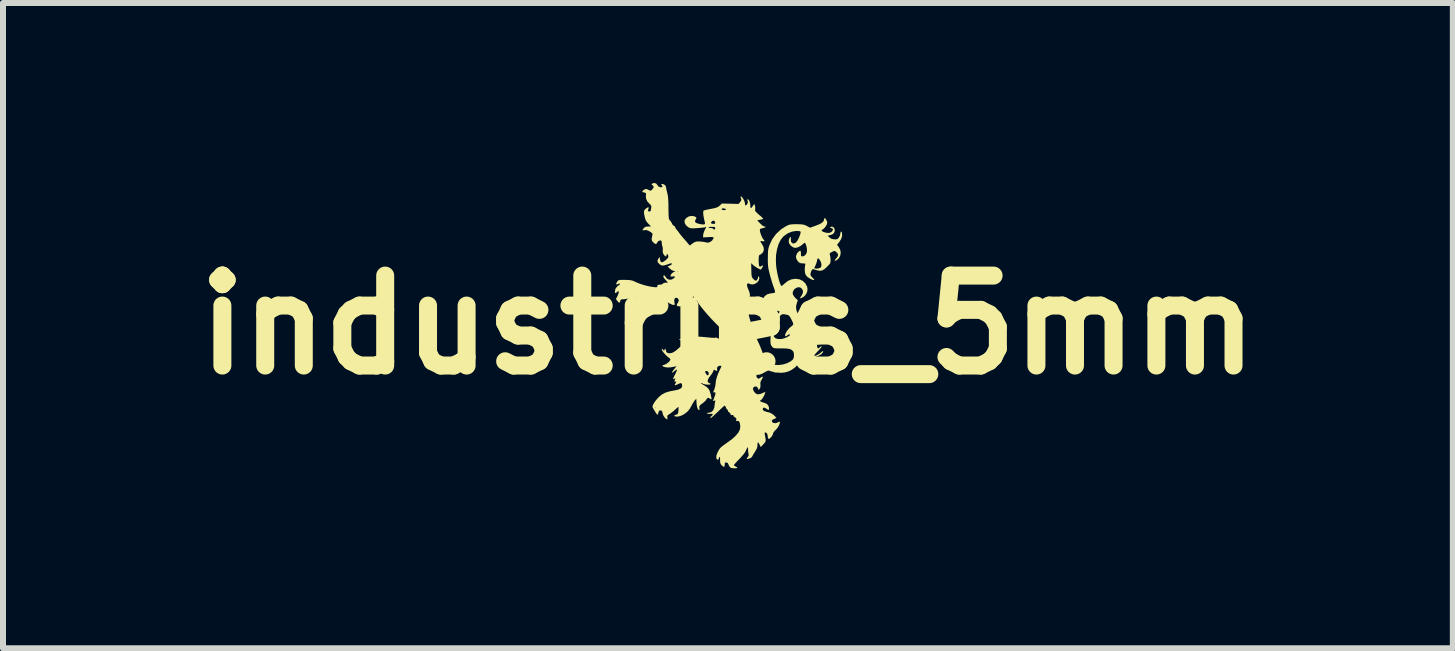
<source format=kicad_pcb>
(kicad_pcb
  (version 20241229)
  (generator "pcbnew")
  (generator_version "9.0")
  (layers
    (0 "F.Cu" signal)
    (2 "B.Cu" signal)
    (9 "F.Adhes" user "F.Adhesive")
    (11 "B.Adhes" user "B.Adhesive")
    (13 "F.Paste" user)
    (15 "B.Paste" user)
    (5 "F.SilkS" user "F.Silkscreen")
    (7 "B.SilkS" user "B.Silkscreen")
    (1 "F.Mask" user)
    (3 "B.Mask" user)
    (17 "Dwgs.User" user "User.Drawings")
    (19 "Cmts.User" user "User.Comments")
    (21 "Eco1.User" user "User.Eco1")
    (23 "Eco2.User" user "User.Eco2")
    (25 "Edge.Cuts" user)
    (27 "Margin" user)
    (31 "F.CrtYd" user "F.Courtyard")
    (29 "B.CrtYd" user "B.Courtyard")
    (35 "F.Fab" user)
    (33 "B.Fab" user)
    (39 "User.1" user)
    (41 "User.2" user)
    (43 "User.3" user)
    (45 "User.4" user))
  (footprint "industries_5mm"
    (layer "F.Cu")
    (at 9.086 2.366)
    (property "Reference" "industries_5mm" (at 0 0 0) (layer "F.SilkS") (effects (font (size 1.5 1.5) (thickness 0.3))))
    (attr board_only exclude_from_pos_files exclude_from_bom)
    (fp_poly (pts (xy -1.194 -2.353) (xy -1.173 -2.326) (xy -1.152 -2.302) (xy -1.126 -2.294) (xy -1.122 -2.294) (xy -1.096 -2.297) (xy -1.091 -2.308) (xy -1.102 -2.323) (xy -1.112 -2.34) (xy -1.105 -2.349) (xy -1.084 -2.347) (xy -1.072 -2.343) (xy -1.049 -2.33) (xy -1.036 -2.309) (xy -1.03 -2.281) (xy -1.022 -2.24) (xy -1.011 -2.195) (xy -1.007 -2.18) (xy -1 -2.141) (xy -0.995 -2.083) (xy -0.992 -2.006) (xy -0.992 -1.948) (xy -0.991 -1.873) (xy -0.989 -1.817) (xy -0.986 -1.78) (xy -0.981 -1.759) (xy -0.978 -1.754) (xy -0.953 -1.724) (xy -0.936 -1.697) (xy -0.929 -1.681) (xy -0.915 -1.659) (xy -0.899 -1.651) (xy -0.885 -1.642) (xy -0.883 -1.635) (xy -0.876 -1.617) (xy -0.859 -1.592) (xy -0.852 -1.583) (xy -0.83 -1.557) (xy -0.814 -1.534) (xy -0.811 -1.53) (xy -0.799 -1.513) (xy -0.777 -1.486) (xy -0.75 -1.454) (xy -0.75 -1.453) (xy -0.718 -1.418) (xy -0.688 -1.383) (xy -0.668 -1.359) (xy -0.637 -1.323) (xy -0.591 -1.357) (xy -0.557 -1.379) (xy -0.524 -1.389) (xy -0.488 -1.391) (xy -0.442 -1.388) (xy -0.395 -1.382) (xy -0.38 -1.378) (xy -0.345 -1.371) (xy -0.319 -1.373) (xy -0.296 -1.383) (xy -0.262 -1.408) (xy -0.243 -1.439) (xy -0.24 -1.455) (xy -0.247 -1.462) (xy -0.27 -1.465) (xy -0.311 -1.464) (xy -0.327 -1.463) (xy -0.414 -1.458) (xy -0.414 -1.493) (xy -0.409 -1.523) (xy -0.396 -1.56) (xy -0.388 -1.579) (xy -0.365 -1.624) (xy -0.324 -1.624) (xy -0.313 -1.617) (xy -0.289 -1.615) (xy -0.287 -1.615) (xy -0.257 -1.611) (xy -0.246 -1.6) (xy -0.234 -1.588) (xy -0.221 -1.592) (xy -0.213 -1.61) (xy -0.212 -1.614) (xy -0.215 -1.626) (xy -0.228 -1.632) (xy -0.255 -1.634) (xy -0.27 -1.634) (xy -0.302 -1.633) (xy -0.321 -1.628) (xy -0.324 -1.624) (xy -0.365 -1.624) (xy -0.361 -1.631) (xy -0.396 -1.625) (xy -0.423 -1.621) (xy -0.464 -1.617) (xy -0.511 -1.613) (xy -0.528 -1.612) (xy -0.577 -1.609) (xy -0.611 -1.61) (xy -0.634 -1.614) (xy -0.653 -1.623) (xy -0.661 -1.628) (xy -0.698 -1.659) (xy -0.72 -1.696) (xy -0.724 -1.734) (xy -0.72 -1.748) (xy -0.695 -1.781) (xy -0.658 -1.805) (xy -0.614 -1.816) (xy -0.57 -1.813) (xy -0.54 -1.8) (xy -0.527 -1.788) (xy -0.527 -1.776) (xy -0.539 -1.756) (xy -0.55 -1.73) (xy -0.544 -1.711) (xy -0.519 -1.695) (xy -0.485 -1.685) (xy -0.437 -1.675) (xy -0.402 -1.674) (xy -0.384 -1.68) (xy -0.382 -1.686) (xy -0.384 -1.698) (xy -0.283 -1.698) (xy -0.274 -1.689) (xy -0.253 -1.684) (xy -0.23 -1.684) (xy -0.215 -1.69) (xy -0.212 -1.706) (xy -0.22 -1.725) (xy -0.235 -1.737) (xy -0.239 -1.738) (xy -0.264 -1.73) (xy -0.281 -1.709) (xy -0.283 -1.698) (xy -0.384 -1.698) (xy -0.384 -1.704) (xy -0.391 -1.735) (xy -0.398 -1.765) (xy -0.409 -1.822) (xy -0.413 -1.867) (xy -0.41 -1.897) (xy -0.403 -1.907) (xy -0.389 -1.911) (xy -0.358 -1.919) (xy -0.32 -1.927) (xy -0.105 -1.927) (xy -0.103 -1.922) (xy -0.089 -1.915) (xy -0.067 -1.913) (xy -0.045 -1.915) (xy -0.033 -1.921) (xy -0.033 -1.923) (xy -0.042 -1.933) (xy -0.063 -1.941) (xy -0.086 -1.943) (xy -0.098 -1.94) (xy -0.105 -1.927) (xy -0.32 -1.927) (xy -0.315 -1.928) (xy -0.282 -1.934) (xy -0.228 -1.945) (xy -0.191 -1.955) (xy -0.165 -1.967) (xy -0.145 -1.981) (xy -0.135 -1.99) (xy -0.1 -2.023) (xy 0.038 -2.02) (xy 0.176 -2.016) (xy 0.203 -2.047) (xy 0.221 -2.075) (xy 0.223 -2.096) (xy 0.213 -2.12) (xy 0.21 -2.128) (xy 0.212 -2.14) (xy 0.216 -2.141) (xy 0.232 -2.132) (xy 0.25 -2.108) (xy 0.268 -2.078) (xy 0.28 -2.046) (xy 0.283 -2.024) (xy 0.287 -1.997) (xy 0.298 -1.99) (xy 0.314 -2.004) (xy 0.321 -2.014) (xy 0.333 -2.042) (xy 0.327 -2.069) (xy 0.323 -2.091) (xy 0.329 -2.097) (xy 0.343 -2.086) (xy 0.355 -2.07) (xy 0.367 -2.039) (xy 0.372 -1.998) (xy 0.372 -1.994) (xy 0.374 -1.96) (xy 0.383 -1.947) (xy 0.396 -1.955) (xy 0.412 -1.978) (xy 0.426 -2) (xy 0.437 -2.01) (xy 0.438 -2.01) (xy 0.446 -2.001) (xy 0.452 -1.978) (xy 0.455 -1.949) (xy 0.453 -1.923) (xy 0.453 -1.922) (xy 0.452 -1.907) (xy 0.46 -1.891) (xy 0.48 -1.87) (xy 0.513 -1.84) (xy 0.517 -1.836) (xy 0.55 -1.809) (xy 0.574 -1.786) (xy 0.587 -1.772) (xy 0.588 -1.769) (xy 0.579 -1.763) (xy 0.554 -1.756) (xy 0.538 -1.753) (xy 0.488 -1.743) (xy 0.536 -1.692) (xy 0.573 -1.657) (xy 0.602 -1.641) (xy 0.61 -1.64) (xy 0.627 -1.637) (xy 0.626 -1.63) (xy 0.61 -1.621) (xy 0.581 -1.612) (xy 0.572 -1.61) (xy 0.544 -1.603) (xy 0.533 -1.592) (xy 0.532 -1.574) (xy 0.532 -1.569) (xy 0.54 -1.536) (xy 0.553 -1.497) (xy 0.57 -1.459) (xy 0.587 -1.43) (xy 0.595 -1.421) (xy 0.61 -1.404) (xy 0.605 -1.394) (xy 0.581 -1.393) (xy 0.571 -1.394) (xy 0.55 -1.398) (xy 0.54 -1.397) (xy 0.542 -1.387) (xy 0.555 -1.365) (xy 0.574 -1.336) (xy 0.595 -1.29) (xy 0.598 -1.245) (xy 0.582 -1.206) (xy 0.55 -1.177) (xy 0.531 -1.168) (xy 0.521 -1.161) (xy 0.516 -1.146) (xy 0.513 -1.118) (xy 0.512 -1.076) (xy 0.514 -1.023) (xy 0.518 -0.989) (xy 0.526 -0.973) (xy 0.54 -0.971) (xy 0.56 -0.981) (xy 0.581 -0.991) (xy 0.587 -0.986) (xy 0.578 -0.966) (xy 0.556 -0.931) (xy 0.549 -0.923) (xy 0.538 -0.924) (xy 0.515 -0.935) (xy 0.485 -0.952) (xy 0.454 -0.971) (xy 0.428 -0.99) (xy 0.419 -0.998) (xy 0.387 -1.029) (xy 0.39 -0.912) (xy 0.391 -0.86) (xy 0.394 -0.825) (xy 0.398 -0.802) (xy 0.406 -0.785) (xy 0.418 -0.771) (xy 0.425 -0.763) (xy 0.448 -0.743) (xy 0.465 -0.737) (xy 0.477 -0.742) (xy 0.493 -0.762) (xy 0.499 -0.783) (xy 0.506 -0.806) (xy 0.514 -0.81) (xy 0.521 -0.796) (xy 0.523 -0.775) (xy 0.513 -0.739) (xy 0.488 -0.708) (xy 0.454 -0.685) (xy 0.415 -0.674) (xy 0.379 -0.677) (xy 0.372 -0.68) (xy 0.341 -0.692) (xy 0.322 -0.686) (xy 0.317 -0.664) (xy 0.325 -0.627) (xy 0.338 -0.595) (xy 0.359 -0.542) (xy 0.367 -0.499) (xy 0.361 -0.461) (xy 0.341 -0.421) (xy 0.338 -0.415) (xy 0.304 -0.362) (xy 0.327 -0.253) (xy 0.358 -0.12) (xy 0.394 0.002) (xy 0.435 0.122) (xy 0.486 0.246) (xy 0.522 0.324) (xy 0.545 0.378) (xy 0.567 0.435) (xy 0.585 0.485) (xy 0.589 0.497) (xy 0.611 0.556) (xy 0.639 0.598) (xy 0.678 0.63) (xy 0.714 0.65) (xy 0.772 0.666) (xy 0.84 0.67) (xy 0.911 0.661) (xy 0.979 0.642) (xy 1.039 0.613) (xy 1.081 0.579) (xy 1.095 0.552) (xy 1.101 0.515) (xy 1.099 0.476) (xy 1.09 0.445) (xy 1.083 0.437) (xy 1.062 0.418) (xy 1.039 0.406) (xy 1.009 0.398) (xy 0.968 0.394) (xy 0.912 0.392) (xy 0.89 0.392) (xy 0.835 0.392) (xy 0.798 0.391) (xy 0.773 0.388) (xy 0.757 0.383) (xy 0.745 0.374) (xy 0.735 0.362) (xy 0.72 0.341) (xy 0.712 0.317) (xy 0.709 0.283) (xy 0.708 0.258) (xy 0.713 0.184) (xy 0.726 0.126) (xy 0.747 0.085) (xy 0.763 0.066) (xy 0.773 0.066) (xy 0.774 0.083) (xy 0.767 0.114) (xy 0.766 0.117) (xy 0.758 0.164) (xy 0.768 0.2) (xy 0.796 0.225) (xy 0.838 0.237) (xy 0.895 0.235) (xy 0.897 0.235) (xy 0.934 0.225) (xy 0.972 0.211) (xy 1.005 0.194) (xy 1.028 0.177) (xy 1.035 0.166) (xy 1.028 0.158) (xy 1.011 0.161) (xy 0.994 0.172) (xy 0.992 0.174) (xy 0.973 0.188) (xy 0.962 0.191) (xy 0.952 0.183) (xy 0.954 0.163) (xy 0.965 0.135) (xy 0.983 0.103) (xy 1.007 0.072) (xy 1.033 0.045) (xy 1.048 0.033) (xy 1.073 0.012) (xy 1.088 -0.007) (xy 1.089 -0.014) (xy 1.084 -0.033) (xy 1.071 -0.064) (xy 1.054 -0.098) (xy 1.034 -0.133) (xy 1.019 -0.153) (xy 1.001 -0.164) (xy 0.975 -0.171) (xy 0.961 -0.173) (xy 0.926 -0.178) (xy 0.905 -0.176) (xy 0.887 -0.167) (xy 0.876 -0.157) (xy 0.857 -0.135) (xy 0.852 -0.111) (xy 0.855 -0.09) (xy 0.856 -0.06) (xy 0.851 -0.05) (xy 0.839 -0.059) (xy 0.83 -0.077) (xy 0.818 -0.122) (xy 0.827 -0.162) (xy 0.839 -0.18) (xy 0.857 -0.209) (xy 0.857 -0.226) (xy 0.839 -0.234) (xy 0.828 -0.234) (xy 0.791 -0.224) (xy 0.761 -0.197) (xy 0.745 -0.157) (xy 0.736 -0.128) (xy 0.726 -0.121) (xy 0.716 -0.135) (xy 0.709 -0.154) (xy 0.704 -0.21) (xy 0.719 -0.261) (xy 0.728 -0.275) (xy 0.739 -0.303) (xy 0.731 -0.322) (xy 0.703 -0.331) (xy 0.687 -0.332) (xy 0.643 -0.325) (xy 0.614 -0.302) (xy 0.6 -0.263) (xy 0.599 -0.245) (xy 0.597 -0.214) (xy 0.589 -0.203) (xy 0.577 -0.214) (xy 0.565 -0.237) (xy 0.552 -0.294) (xy 0.554 -0.356) (xy 0.571 -0.415) (xy 0.578 -0.43) (xy 0.613 -0.479) (xy 0.653 -0.509) (xy 0.704 -0.524) (xy 0.715 -0.525) (xy 0.753 -0.529) (xy 0.776 -0.535) (xy 0.785 -0.547) (xy 0.783 -0.568) (xy 0.771 -0.605) (xy 0.762 -0.629) (xy 0.745 -0.679) (xy 0.726 -0.741) (xy 0.707 -0.805) (xy 0.697 -0.843) (xy 0.683 -0.9) (xy 0.673 -0.947) (xy 0.668 -0.994) (xy 0.665 -1.046) (xy 0.665 -1.109) (xy 0.666 -1.173) (xy 0.668 -1.221) (xy 0.672 -1.259) (xy 0.68 -1.291) (xy 0.69 -1.324) (xy 0.737 -1.426) (xy 0.802 -1.515) (xy 0.882 -1.59) (xy 0.959 -1.64) (xy 0.992 -1.657) (xy 1.019 -1.668) (xy 1.045 -1.674) (xy 1.078 -1.677) (xy 1.125 -1.678) (xy 1.144 -1.678) (xy 1.198 -1.677) (xy 1.236 -1.675) (xy 1.266 -1.669) (xy 1.292 -1.66) (xy 1.314 -1.649) (xy 1.37 -1.62) (xy 1.462 -1.653) (xy 1.525 -1.678) (xy 1.568 -1.702) (xy 1.593 -1.727) (xy 1.602 -1.754) (xy 1.602 -1.756) (xy 1.606 -1.776) (xy 1.612 -1.782) (xy 1.624 -1.773) (xy 1.638 -1.752) (xy 1.651 -1.727) (xy 1.656 -1.706) (xy 1.656 -1.705) (xy 1.649 -1.676) (xy 1.63 -1.642) (xy 1.606 -1.612) (xy 1.59 -1.599) (xy 1.566 -1.583) (xy 1.561 -1.57) (xy 1.577 -1.557) (xy 1.598 -1.547) (xy 1.65 -1.533) (xy 1.695 -1.534) (xy 1.73 -1.552) (xy 1.732 -1.555) (xy 1.749 -1.581) (xy 1.749 -1.601) (xy 1.733 -1.611) (xy 1.724 -1.612) (xy 1.706 -1.616) (xy 1.705 -1.626) (xy 1.719 -1.635) (xy 1.73 -1.638) (xy 1.754 -1.632) (xy 1.773 -1.611) (xy 1.781 -1.582) (xy 1.78 -1.564) (xy 1.768 -1.533) (xy 1.748 -1.513) (xy 1.713 -1.499) (xy 1.708 -1.498) (xy 1.664 -1.486) (xy 1.692 -1.457) (xy 1.725 -1.435) (xy 1.768 -1.426) (xy 1.8 -1.426) (xy 1.822 -1.429) (xy 1.826 -1.431) (xy 1.85 -1.456) (xy 1.868 -1.491) (xy 1.874 -1.522) (xy 1.878 -1.548) (xy 1.887 -1.557) (xy 1.897 -1.546) (xy 1.901 -1.531) (xy 1.904 -1.482) (xy 1.887 -1.431) (xy 1.857 -1.383) (xy 1.819 -1.334) (xy 1.849 -1.294) (xy 1.873 -1.248) (xy 1.88 -1.197) (xy 1.87 -1.148) (xy 1.845 -1.106) (xy 1.808 -1.077) (xy 1.785 -1.068) (xy 1.778 -1.072) (xy 1.788 -1.09) (xy 1.8 -1.103) (xy 1.828 -1.138) (xy 1.837 -1.166) (xy 1.827 -1.192) (xy 1.802 -1.218) (xy 1.786 -1.23) (xy 1.772 -1.232) (xy 1.752 -1.225) (xy 1.734 -1.216) (xy 1.707 -1.201) (xy 1.696 -1.188) (xy 1.697 -1.173) (xy 1.7 -1.165) (xy 1.706 -1.138) (xy 1.71 -1.1) (xy 1.711 -1.081) (xy 1.71 -1.052) (xy 1.705 -1.03) (xy 1.692 -1.01) (xy 1.668 -0.985) (xy 1.651 -0.968) (xy 1.613 -0.933) (xy 1.581 -0.912) (xy 1.549 -0.902) (xy 1.512 -0.904) (xy 1.464 -0.916) (xy 1.425 -0.928) (xy 1.409 -0.927) (xy 1.395 -0.909) (xy 1.389 -0.895) (xy 1.376 -0.857) (xy 1.376 -0.83) (xy 1.392 -0.805) (xy 1.413 -0.783) (xy 1.435 -0.76) (xy 1.438 -0.748) (xy 1.425 -0.747) (xy 1.395 -0.757) (xy 1.375 -0.767) (xy 1.328 -0.797) (xy 1.298 -0.829) (xy 1.284 -0.87) (xy 1.28 -0.913) (xy 1.282 -0.952) (xy 1.441 -0.952) (xy 1.444 -0.942) (xy 1.462 -0.938) (xy 1.488 -0.938) (xy 1.516 -0.943) (xy 1.539 -0.952) (xy 1.545 -0.956) (xy 1.557 -0.979) (xy 1.558 -1.012) (xy 1.549 -1.049) (xy 1.531 -1.082) (xy 1.53 -1.084) (xy 1.509 -1.106) (xy 1.497 -1.11) (xy 1.49 -1.095) (xy 1.486 -1.072) (xy 1.475 -1.031) (xy 1.456 -0.983) (xy 1.441 -0.952) (xy 1.282 -0.952) (xy 1.282 -0.953) (xy 1.285 -0.986) (xy 1.288 -1.002) (xy 1.291 -1.016) (xy 1.283 -1.022) (xy 1.26 -1.024) (xy 1.246 -1.025) (xy 1.211 -1.028) (xy 1.187 -1.039) (xy 1.165 -1.06) (xy 1.139 -1.103) (xy 1.134 -1.146) (xy 1.151 -1.189) (xy 1.161 -1.203) (xy 1.188 -1.23) (xy 1.206 -1.236) (xy 1.215 -1.222) (xy 1.217 -1.19) (xy 1.217 -1.161) (xy 1.223 -1.146) (xy 1.238 -1.141) (xy 1.239 -1.141) (xy 1.267 -1.147) (xy 1.293 -1.168) (xy 1.312 -1.2) (xy 1.318 -1.234) (xy 1.316 -1.271) (xy 1.309 -1.309) (xy 1.299 -1.341) (xy 1.288 -1.363) (xy 1.281 -1.368) (xy 1.265 -1.36) (xy 1.244 -1.342) (xy 1.244 -1.342) (xy 1.209 -1.314) (xy 1.167 -1.293) (xy 1.127 -1.284) (xy 1.105 -1.285) (xy 1.069 -1.303) (xy 1.037 -1.332) (xy 1.017 -1.367) (xy 1.013 -1.389) (xy 1.017 -1.421) (xy 1.027 -1.449) (xy 1.04 -1.464) (xy 1.044 -1.466) (xy 1.049 -1.456) (xy 1.049 -1.433) (xy 1.048 -1.427) (xy 1.051 -1.389) (xy 1.068 -1.364) (xy 1.093 -1.356) (xy 1.124 -1.366) (xy 1.142 -1.382) (xy 1.159 -1.406) (xy 1.177 -1.439) (xy 1.193 -1.477) (xy 1.206 -1.513) (xy 1.212 -1.541) (xy 1.21 -1.556) (xy 1.194 -1.562) (xy 1.164 -1.565) (xy 1.14 -1.566) (xy 1.069 -1.555) (xy 0.999 -1.527) (xy 0.934 -1.482) (xy 0.923 -1.472) (xy 0.879 -1.417) (xy 0.843 -1.345) (xy 0.818 -1.259) (xy 0.802 -1.164) (xy 0.799 -1.062) (xy 0.805 -0.97) (xy 0.814 -0.909) (xy 0.826 -0.847) (xy 0.84 -0.787) (xy 0.854 -0.734) (xy 0.868 -0.691) (xy 0.882 -0.661) (xy 0.892 -0.648) (xy 0.893 -0.648) (xy 0.905 -0.655) (xy 0.927 -0.673) (xy 0.942 -0.687) (xy 0.999 -0.732) (xy 1.057 -0.758) (xy 1.119 -0.768) (xy 1.13 -0.768) (xy 1.193 -0.759) (xy 1.248 -0.732) (xy 1.291 -0.691) (xy 1.319 -0.639) (xy 1.326 -0.607) (xy 1.323 -0.558) (xy 1.302 -0.511) (xy 1.268 -0.472) (xy 1.225 -0.448) (xy 1.223 -0.447) (xy 1.206 -0.443) (xy 1.201 -0.446) (xy 1.208 -0.461) (xy 1.226 -0.485) (xy 1.248 -0.528) (xy 1.251 -0.568) (xy 1.233 -0.602) (xy 1.204 -0.624) (xy 1.175 -0.628) (xy 1.141 -0.618) (xy 1.109 -0.596) (xy 1.097 -0.582) (xy 1.079 -0.543) (xy 1.083 -0.505) (xy 1.109 -0.465) (xy 1.122 -0.451) (xy 1.165 -0.41) (xy 1.149 -0.364) (xy 1.139 -0.328) (xy 1.135 -0.295) (xy 1.139 -0.259) (xy 1.151 -0.215) (xy 1.173 -0.16) (xy 1.185 -0.131) (xy 1.209 -0.079) (xy 1.227 -0.041) (xy 1.245 -0.014) (xy 1.264 0.007) (xy 1.288 0.027) (xy 1.294 0.032) (xy 1.33 0.064) (xy 1.363 0.1) (xy 1.38 0.125) (xy 1.401 0.16) (xy 1.424 0.192) (xy 1.433 0.202) (xy 1.467 0.253) (xy 1.482 0.313) (xy 1.483 0.325) (xy 1.486 0.356) (xy 1.491 0.379) (xy 1.498 0.391) (xy 1.508 0.391) (xy 1.527 0.377) (xy 1.529 0.375) (xy 1.553 0.358) (xy 1.564 0.356) (xy 1.56 0.366) (xy 1.544 0.389) (xy 1.515 0.421) (xy 1.505 0.432) (xy 1.475 0.464) (xy 1.452 0.49) (xy 1.44 0.506) (xy 1.438 0.509) (xy 1.446 0.517) (xy 1.467 0.513) (xy 1.495 0.499) (xy 1.528 0.479) (xy 1.559 0.454) (xy 1.561 0.452) (xy 1.581 0.437) (xy 1.589 0.438) (xy 1.583 0.457) (xy 1.581 0.461) (xy 1.554 0.49) (xy 1.508 0.515) (xy 1.444 0.535) (xy 1.398 0.545) (xy 1.353 0.552) (xy 1.314 0.558) (xy 1.288 0.561) (xy 1.283 0.561) (xy 1.264 0.569) (xy 1.235 0.593) (xy 1.198 0.629) (xy 1.182 0.646) (xy 1.122 0.706) (xy 1.066 0.748) (xy 1.009 0.776) (xy 0.948 0.793) (xy 0.889 0.799) (xy 0.789 0.794) (xy 0.693 0.767) (xy 0.614 0.729) (xy 0.586 0.714) (xy 0.568 0.704) (xy 0.564 0.703) (xy 0.555 0.711) (xy 0.539 0.733) (xy 0.519 0.763) (xy 0.5 0.794) (xy 0.484 0.822) (xy 0.475 0.841) (xy 0.477 0.869) (xy 0.485 0.881) (xy 0.503 0.896) (xy 0.519 0.896) (xy 0.541 0.882) (xy 0.548 0.877) (xy 0.571 0.863) (xy 0.581 0.866) (xy 0.579 0.883) (xy 0.562 0.913) (xy 0.562 0.913) (xy 0.544 0.947) (xy 0.54 0.98) (xy 0.542 0.995) (xy 0.541 1.038) (xy 0.53 1.063) (xy 0.513 1.088) (xy 0.502 1.06) (xy 0.485 1.033) (xy 0.461 1.026) (xy 0.439 1.033) (xy 0.419 1.049) (xy 0.417 1.073) (xy 0.432 1.107) (xy 0.439 1.118) (xy 0.466 1.147) (xy 0.498 1.158) (xy 0.539 1.152) (xy 0.573 1.139) (xy 0.623 1.117) (xy 0.616 1.145) (xy 0.606 1.172) (xy 0.59 1.203) (xy 0.571 1.232) (xy 0.554 1.252) (xy 0.545 1.259) (xy 0.532 1.262) (xy 0.536 1.271) (xy 0.554 1.282) (xy 0.58 1.292) (xy 0.629 1.308) (xy 0.66 1.329) (xy 0.678 1.357) (xy 0.682 1.373) (xy 0.685 1.405) (xy 0.68 1.418) (xy 0.663 1.413) (xy 0.647 1.401) (xy 0.615 1.382) (xy 0.592 1.381) (xy 0.581 1.395) (xy 0.582 1.418) (xy 0.603 1.436) (xy 0.642 1.449) (xy 0.646 1.45) (xy 0.703 1.465) (xy 0.749 1.492) (xy 0.778 1.518) (xy 0.809 1.551) (xy 0.77 1.568) (xy 0.744 1.582) (xy 0.731 1.596) (xy 0.73 1.599) (xy 0.739 1.622) (xy 0.762 1.636) (xy 0.793 1.639) (xy 0.826 1.629) (xy 0.836 1.623) (xy 0.855 1.614) (xy 0.865 1.615) (xy 0.866 1.635) (xy 0.855 1.665) (xy 0.837 1.7) (xy 0.813 1.733) (xy 0.796 1.75) (xy 0.771 1.777) (xy 0.755 1.801) (xy 0.752 1.812) (xy 0.745 1.835) (xy 0.728 1.862) (xy 0.706 1.886) (xy 0.686 1.9) (xy 0.68 1.901) (xy 0.668 1.892) (xy 0.665 1.868) (xy 0.659 1.83) (xy 0.646 1.803) (xy 0.626 1.793) (xy 0.625 1.792) (xy 0.614 1.797) (xy 0.612 1.815) (xy 0.614 1.828) (xy 0.624 1.878) (xy 0.629 1.912) (xy 0.628 1.935) (xy 0.622 1.953) (xy 0.609 1.97) (xy 0.591 1.99) (xy 0.547 2.037) (xy 0.527 1.997) (xy 0.511 1.967) (xy 0.5 1.958) (xy 0.493 1.971) (xy 0.492 2.003) (xy 0.49 2.033) (xy 0.48 2.064) (xy 0.459 2.102) (xy 0.448 2.119) (xy 0.427 2.153) (xy 0.411 2.181) (xy 0.403 2.196) (xy 0.403 2.197) (xy 0.394 2.209) (xy 0.372 2.222) (xy 0.346 2.232) (xy 0.325 2.236) (xy 0.32 2.235) (xy 0.312 2.228) (xy 0.32 2.214) (xy 0.328 2.206) (xy 0.344 2.184) (xy 0.345 2.158) (xy 0.342 2.148) (xy 0.337 2.113) (xy 0.335 2.074) (xy 0.335 2.072) (xy 0.335 2.047) (xy 0.331 2.04) (xy 0.323 2.049) (xy 0.322 2.05) (xy 0.309 2.074) (xy 0.295 2.105) (xy 0.294 2.108) (xy 0.28 2.131) (xy 0.255 2.164) (xy 0.221 2.203) (xy 0.189 2.238) (xy 0.153 2.274) (xy 0.124 2.306) (xy 0.105 2.329) (xy 0.098 2.34) (xy 0.107 2.35) (xy 0.129 2.362) (xy 0.131 2.363) (xy 0.151 2.374) (xy 0.157 2.384) (xy 0.156 2.384) (xy 0.14 2.39) (xy 0.111 2.391) (xy 0.078 2.389) (xy 0.05 2.384) (xy 0.042 2.38) (xy 0.026 2.363) (xy 0.012 2.336) (xy 0.011 2.332) (xy -0.002 2.305) (xy -0.019 2.295) (xy -0.028 2.294) (xy -0.046 2.297) (xy -0.053 2.31) (xy -0.054 2.332) (xy -0.057 2.359) (xy -0.066 2.368) (xy -0.084 2.359) (xy -0.102 2.343) (xy -0.119 2.324) (xy -0.128 2.302) (xy -0.131 2.268) (xy -0.131 2.255) (xy -0.132 2.22) (xy -0.137 2.202) (xy -0.142 2.201) (xy -0.151 2.216) (xy -0.153 2.229) (xy -0.16 2.246) (xy -0.174 2.249) (xy -0.188 2.236) (xy -0.19 2.233) (xy -0.195 2.206) (xy -0.192 2.176) (xy -0.177 2.136) (xy -0.164 2.109) (xy -0.148 2.08) (xy -0.132 2.057) (xy -0.11 2.035) (xy -0.08 2.011) (xy -0.036 1.98) (xy -0.017 1.966) (xy 0.067 1.906) (xy 0.129 1.849) (xy 0.173 1.796) (xy 0.199 1.744) (xy 0.206 1.692) (xy 0.198 1.639) (xy 0.195 1.631) (xy 0.184 1.607) (xy 0.17 1.601) (xy 0.158 1.603) (xy 0.141 1.605) (xy 0.137 1.594) (xy 0.139 1.58) (xy 0.139 1.557) (xy 0.126 1.547) (xy 0.122 1.546) (xy 0.101 1.531) (xy 0.094 1.518) (xy 0.084 1.502) (xy 0.066 1.503) (xy 0.049 1.505) (xy 0.044 1.49) (xy 0.044 1.489) (xy 0.034 1.468) (xy 0.022 1.46) (xy 0.004 1.446) (xy -0.000001 1.432) (xy -0.005 1.415) (xy -0.011 1.411) (xy -0.023 1.402) (xy -0.034 1.38) (xy -0.034 1.378) (xy -0.045 1.356) (xy -0.054 1.346) (xy -0.054 1.346) (xy -0.065 1.353) (xy -0.088 1.373) (xy -0.12 1.402) (xy -0.158 1.439) (xy -0.169 1.449) (xy -0.209 1.487) (xy -0.243 1.519) (xy -0.269 1.541) (xy -0.283 1.552) (xy -0.285 1.553) (xy -0.294 1.547) (xy -0.287 1.532) (xy -0.272 1.517) (xy -0.254 1.497) (xy -0.255 1.485) (xy -0.276 1.482) (xy -0.288 1.484) (xy -0.319 1.485) (xy -0.344 1.478) (xy -0.345 1.478) (xy -0.355 1.47) (xy -0.348 1.467) (xy -0.325 1.466) (xy -0.282 1.456) (xy -0.249 1.428) (xy -0.229 1.386) (xy -0.223 1.346) (xy -0.22 1.311) (xy -0.213 1.282) (xy -0.213 1.282) (xy -0.209 1.264) (xy -0.218 1.261) (xy -0.228 1.264) (xy -0.251 1.271) (xy -0.229 1.213) (xy -0.213 1.168) (xy -0.208 1.139) (xy -0.212 1.125) (xy -0.227 1.124) (xy -0.229 1.125) (xy -0.241 1.127) (xy -0.245 1.123) (xy -0.241 1.107) (xy -0.228 1.078) (xy -0.214 1.032) (xy -0.206 0.983) (xy -0.205 0.97) (xy -0.2 0.925) (xy -0.184 0.867) (xy -0.161 0.804) (xy -0.132 0.741) (xy -0.126 0.73) (xy -0.113 0.701) (xy -0.111 0.687) (xy -0.123 0.681) (xy -0.135 0.681) (xy -0.165 0.69) (xy -0.181 0.713) (xy -0.181 0.741) (xy -0.179 0.762) (xy -0.19 0.768) (xy -0.208 0.762) (xy -0.212 0.757) (xy -0.226 0.747) (xy -0.239 0.756) (xy -0.246 0.775) (xy -0.257 0.798) (xy -0.278 0.83) (xy -0.296 0.852) (xy -0.325 0.893) (xy -0.338 0.927) (xy -0.335 0.954) (xy -0.315 0.97) (xy -0.311 0.971) (xy -0.293 0.979) (xy -0.289 0.987) (xy -0.305 0.995) (xy -0.334 0.997) (xy -0.369 0.994) (xy -0.402 0.987) (xy -0.418 0.98) (xy -0.444 0.968) (xy -0.454 0.967) (xy -0.449 0.974) (xy -0.43 0.988) (xy -0.398 1.008) (xy -0.398 1.008) (xy -0.354 1.036) (xy -0.325 1.065) (xy -0.305 1.101) (xy -0.29 1.151) (xy -0.288 1.157) (xy -0.278 1.202) (xy -0.274 1.229) (xy -0.275 1.241) (xy -0.284 1.24) (xy -0.297 1.232) (xy -0.324 1.217) (xy -0.343 1.22) (xy -0.357 1.242) (xy -0.358 1.242) (xy -0.373 1.263) (xy -0.4 1.289) (xy -0.426 1.309) (xy -0.456 1.332) (xy -0.472 1.349) (xy -0.478 1.365) (xy -0.476 1.386) (xy -0.474 1.41) (xy -0.478 1.422) (xy -0.479 1.422) (xy -0.497 1.412) (xy -0.511 1.382) (xy -0.521 1.334) (xy -0.523 1.309) (xy -0.528 1.232) (xy -0.552 1.257) (xy -0.569 1.28) (xy -0.59 1.315) (xy -0.609 1.35) (xy -0.641 1.406) (xy -0.678 1.449) (xy -0.727 1.486) (xy -0.754 1.502) (xy -0.801 1.522) (xy -0.846 1.53) (xy -0.883 1.526) (xy -0.892 1.521) (xy -0.897 1.513) (xy -0.882 1.504) (xy -0.869 1.499) (xy -0.846 1.49) (xy -0.834 1.478) (xy -0.828 1.456) (xy -0.826 1.43) (xy -0.824 1.397) (xy -0.824 1.374) (xy -0.825 1.369) (xy -0.834 1.373) (xy -0.854 1.389) (xy -0.882 1.414) (xy -0.886 1.418) (xy -0.921 1.448) (xy -0.955 1.474) (xy -0.98 1.49) (xy -1.004 1.506) (xy -1.012 1.521) (xy -1.01 1.542) (xy -1.008 1.566) (xy -1.014 1.575) (xy -1.033 1.566) (xy -1.055 1.544) (xy -1.074 1.517) (xy -1.085 1.491) (xy -1.093 1.457) (xy -1.1 1.438) (xy -1.11 1.429) (xy -1.117 1.426) (xy -1.14 1.426) (xy -1.155 1.447) (xy -1.16 1.465) (xy -1.168 1.49) (xy -1.177 1.5) (xy -1.18 1.497) (xy -1.197 1.474) (xy -1.217 1.442) (xy -1.237 1.409) (xy -1.251 1.384) (xy -1.21 1.384) (xy -1.204 1.389) (xy -1.199 1.384) (xy -1.204 1.378) (xy -1.21 1.384) (xy -1.251 1.384) (xy -1.252 1.382) (xy -1.258 1.371) (xy -1.255 1.347) (xy -1.239 1.313) (xy -1.212 1.272) (xy -1.176 1.228) (xy -1.148 1.199) (xy -1.099 1.159) (xy -1.04 1.129) (xy -0.966 1.107) (xy -0.906 1.096) (xy -0.84 1.083) (xy -0.796 1.066) (xy -0.77 1.044) (xy -0.763 1.019) (xy -0.767 0.986) (xy -0.779 0.972) (xy -0.803 0.975) (xy -0.826 0.985) (xy -0.863 1.002) (xy -0.884 1.007) (xy -0.888 0.999) (xy -0.878 0.981) (xy -0.864 0.955) (xy -0.863 0.944) (xy -0.877 0.946) (xy -0.891 0.946) (xy -0.891 0.93) (xy -0.882 0.908) (xy -0.875 0.893) (xy -0.883 0.893) (xy -0.893 0.899) (xy -0.908 0.905) (xy -0.914 0.9) (xy -0.909 0.881) (xy -0.892 0.847) (xy -0.883 0.828) (xy -0.864 0.79) (xy -0.379 0.79) (xy -0.364 0.818) (xy -0.345 0.84) (xy -0.332 0.841) (xy -0.321 0.822) (xy -0.321 0.822) (xy -0.322 0.795) (xy -0.339 0.774) (xy -0.361 0.768) (xy -0.378 0.773) (xy -0.379 0.79) (xy -0.864 0.79) (xy -0.861 0.783) (xy -0.851 0.755) (xy -0.853 0.744) (xy -0.868 0.751) (xy -0.888 0.768) (xy -0.915 0.791) (xy -0.93 0.798) (xy -0.931 0.789) (xy -0.919 0.767) (xy -0.898 0.74) (xy -0.857 0.689) (xy -0.889 0.696) (xy -0.959 0.709) (xy -1.015 0.71) (xy -1.055 0.703) (xy -1.085 0.692) (xy -1.094 0.681) (xy -1.081 0.671) (xy -1.059 0.665) (xy -1.033 0.654) (xy -1.004 0.634) (xy -0.978 0.61) (xy -0.962 0.587) (xy -0.959 0.578) (xy -0.967 0.563) (xy -0.988 0.545) (xy -0.99 0.543) (xy -1.016 0.523) (xy -1.044 0.495) (xy -1.071 0.465) (xy -1.092 0.437) (xy -1.104 0.415) (xy -1.104 0.406) (xy -1.094 0.403) (xy -1.084 0.412) (xy -1.068 0.429) (xy -1.059 0.425) (xy -1.057 0.414) (xy -1.051 0.4) (xy -1.046 0.398) (xy -1.038 0.407) (xy -1.035 0.423) (xy -1.027 0.454) (xy -1.002 0.47) (xy -0.976 0.474) (xy -0.939 0.469) (xy -0.903 0.453) (xy -0.863 0.425) (xy -0.826 0.393) (xy -0.792 0.363) (xy -0.758 0.336) (xy -0.733 0.319) (xy -0.71 0.301) (xy -0.705 0.286) (xy -0.717 0.278) (xy -0.726 0.278) (xy -0.746 0.274) (xy -0.771 0.265) (xy -0.796 0.254) (xy -0.812 0.244) (xy -0.814 0.239) (xy -0.801 0.237) (xy -0.773 0.239) (xy -0.734 0.244) (xy -0.729 0.245) (xy -0.667 0.251) (xy -0.61 0.25) (xy -0.565 0.243) (xy -0.544 0.234) (xy -0.536 0.224) (xy -0.544 0.212) (xy -0.55 0.207) (xy -0.559 0.199) (xy -0.557 0.195) (xy -0.543 0.194) (xy -0.513 0.195) (xy -0.474 0.197) (xy -0.417 0.201) (xy -0.355 0.207) (xy -0.301 0.212) (xy -0.294 0.213) (xy -0.251 0.216) (xy -0.218 0.216) (xy -0.201 0.212) (xy -0.201 0.212) (xy -0.187 0.214) (xy -0.157 0.229) (xy -0.113 0.256) (xy -0.079 0.278) (xy -0.037 0.307) (xy -0.000271 0.331) (xy 0.026 0.348) (xy 0.038 0.354) (xy 0.038 0.354) (xy 0.042 0.345) (xy 0.036 0.318) (xy 0.018 0.273) (xy -0.008 0.216) (xy -0.023 0.185) (xy -0.04 0.157) (xy -0.06 0.128) (xy -0.086 0.097) (xy -0.121 0.059) (xy -0.168 0.011) (xy -0.208 -0.029) (xy -0.26 -0.083) (xy -0.312 -0.139) (xy -0.363 -0.197) (xy -0.409 -0.252) (xy -0.45 -0.302) (xy -0.482 -0.345) (xy -0.503 -0.378) (xy -0.512 -0.398) (xy -0.512 -0.399) (xy -0.522 -0.406) (xy -0.545 -0.409) (xy -0.546 -0.409) (xy -0.568 -0.41) (xy -0.575 -0.42) (xy -0.572 -0.443) (xy -0.569 -0.466) (xy -0.574 -0.473) (xy -0.579 -0.472) (xy -0.596 -0.458) (xy -0.614 -0.425) (xy -0.632 -0.38) (xy -0.647 -0.354) (xy -0.665 -0.34) (xy -0.666 -0.34) (xy -0.683 -0.338) (xy -0.684 -0.349) (xy -0.67 -0.373) (xy -0.669 -0.374) (xy -0.658 -0.401) (xy -0.662 -0.421) (xy -0.681 -0.429) (xy -0.688 -0.428) (xy -0.709 -0.416) (xy -0.725 -0.385) (xy -0.727 -0.381) (xy -0.745 -0.34) (xy -0.766 -0.317) (xy -0.795 -0.308) (xy -0.807 -0.308) (xy -0.841 -0.313) (xy -0.854 -0.326) (xy -0.849 -0.348) (xy -0.839 -0.363) (xy -0.821 -0.398) (xy -0.824 -0.427) (xy -0.842 -0.446) (xy -0.867 -0.453) (xy -0.885 -0.443) (xy -0.895 -0.418) (xy -0.894 -0.382) (xy -0.888 -0.357) (xy -0.888 -0.337) (xy -0.903 -0.331) (xy -0.931 -0.337) (xy -0.972 -0.356) (xy -1.022 -0.387) (xy -1.031 -0.392) (xy -1.059 -0.409) (xy -1.077 -0.412) (xy -1.086 -0.407) (xy -1.1 -0.386) (xy -1.092 -0.364) (xy -1.071 -0.347) (xy -1.048 -0.333) (xy -1.036 -0.324) (xy -1.035 -0.324) (xy -1.036 -0.316) (xy -1.052 -0.308) (xy -1.077 -0.302) (xy -1.098 -0.3) (xy -1.134 -0.304) (xy -1.169 -0.315) (xy -1.196 -0.329) (xy -1.209 -0.345) (xy -1.21 -0.348) (xy -1.215 -0.363) (xy -1.23 -0.36) (xy -1.248 -0.343) (xy -1.272 -0.325) (xy -1.305 -0.312) (xy -1.337 -0.305) (xy -1.358 -0.309) (xy -1.365 -0.318) (xy -1.359 -0.334) (xy -1.346 -0.354) (xy -1.326 -0.386) (xy -1.319 -0.408) (xy -1.325 -0.419) (xy -1.328 -0.42) (xy -1.342 -0.412) (xy -1.352 -0.402) (xy -1.384 -0.376) (xy -1.434 -0.355) (xy -1.495 -0.338) (xy -1.521 -0.334) (xy -1.57 -0.329) (xy -1.602 -0.331) (xy -1.624 -0.342) (xy -1.64 -0.362) (xy -1.645 -0.37) (xy -1.654 -0.395) (xy -1.648 -0.406) (xy -1.626 -0.402) (xy -1.619 -0.398) (xy -1.602 -0.391) (xy -1.586 -0.394) (xy -1.565 -0.408) (xy -1.549 -0.421) (xy -1.525 -0.442) (xy -1.511 -0.457) (xy -1.509 -0.461) (xy -1.52 -0.46) (xy -1.548 -0.457) (xy -1.588 -0.45) (xy -1.614 -0.445) (xy -1.664 -0.437) (xy -1.71 -0.43) (xy -1.744 -0.426) (xy -1.754 -0.426) (xy -1.781 -0.423) (xy -1.792 -0.412) (xy -1.796 -0.394) (xy -1.803 -0.372) (xy -1.816 -0.371) (xy -1.836 -0.389) (xy -1.846 -0.402) (xy -1.868 -0.431) (xy -1.844 -0.477) (xy -1.828 -0.513) (xy -1.821 -0.541) (xy -1.822 -0.559) (xy -1.832 -0.562) (xy -1.849 -0.549) (xy -1.852 -0.545) (xy -1.871 -0.53) (xy -1.882 -0.535) (xy -1.885 -0.555) (xy -1.875 -0.603) (xy -1.846 -0.641) (xy -1.83 -0.653) (xy -1.809 -0.668) (xy -1.799 -0.682) (xy -1.801 -0.69) (xy -1.817 -0.687) (xy -1.841 -0.677) (xy -1.85 -0.673) (xy -1.861 -0.675) (xy -1.862 -0.689) (xy -1.853 -0.711) (xy -1.842 -0.726) (xy -1.832 -0.738) (xy -1.819 -0.745) (xy -1.799 -0.749) (xy -1.768 -0.75) (xy -1.72 -0.75) (xy -1.712 -0.75) (xy -1.659 -0.748) (xy -1.62 -0.744) (xy -1.59 -0.737) (xy -1.56 -0.725) (xy -1.54 -0.715) (xy -1.468 -0.685) (xy -1.385 -0.659) (xy -1.3 -0.639) (xy -1.244 -0.631) (xy -1.208 -0.627) (xy -1.187 -0.628) (xy -1.179 -0.633) (xy -1.177 -0.645) (xy -1.177 -0.647) (xy -1.174 -0.662) (xy -1.16 -0.669) (xy -1.134 -0.67) (xy -1.101 -0.675) (xy -1.086 -0.686) (xy -1.07 -0.699) (xy -1.041 -0.703) (xy -1.016 -0.704) (xy -1.003 -0.707) (xy -1.002 -0.707) (xy -1.01 -0.717) (xy -1.027 -0.736) (xy -1.041 -0.75) (xy -1.069 -0.784) (xy -1.078 -0.81) (xy -1.069 -0.827) (xy -1.068 -0.828) (xy -1.057 -0.824) (xy -1.043 -0.805) (xy -1.041 -0.801) (xy -1.013 -0.767) (xy -0.977 -0.752) (xy -0.937 -0.756) (xy -0.902 -0.777) (xy -0.885 -0.796) (xy -0.887 -0.807) (xy -0.909 -0.809) (xy -0.921 -0.807) (xy -0.949 -0.805) (xy -0.959 -0.812) (xy -0.959 -0.812) (xy -0.949 -0.842) (xy -0.925 -0.868) (xy -0.906 -0.879) (xy -0.877 -0.891) (xy -0.885 -0.894) (xy -0.85 -0.894) (xy -0.844 -0.888) (xy -0.839 -0.894) (xy -0.844 -0.899) (xy -0.85 -0.894) (xy -0.885 -0.894) (xy -0.912 -0.902) (xy -0.943 -0.917) (xy -0.973 -0.941) (xy -0.976 -0.944) (xy -1.006 -0.975) (xy -0.972 -0.987) (xy -0.948 -0.999) (xy -0.937 -1.013) (xy -0.937 -1.014) (xy -0.937 -1.024) (xy -0.941 -1.028) (xy -0.952 -1.026) (xy -0.976 -1.019) (xy -1.008 -1.008) (xy -1.053 -0.994) (xy -1.084 -0.988) (xy -1.108 -0.991) (xy -1.13 -1.004) (xy -1.143 -1.014) (xy -1.169 -1.042) (xy -1.175 -1.069) (xy -1.162 -1.1) (xy -1.158 -1.106) (xy -1.139 -1.133) (xy -1.133 -1.09) (xy -1.124 -1.057) (xy -1.107 -1.043) (xy -1.081 -1.049) (xy -1.045 -1.073) (xy -1.037 -1.08) (xy -1.008 -1.107) (xy -0.995 -1.129) (xy -0.994 -1.147) (xy -1.001 -1.169) (xy -1.012 -1.18) (xy -1.021 -1.176) (xy -1.024 -1.161) (xy -1.029 -1.142) (xy -1.042 -1.142) (xy -1.063 -1.162) (xy -1.068 -1.169) (xy -1.084 -1.197) (xy -1.088 -1.23) (xy -1.087 -1.244) (xy -1.086 -1.277) (xy -1.091 -1.304) (xy -1.093 -1.308) (xy -1.1 -1.333) (xy -1.103 -1.365) (xy -1.103 -1.365) (xy -1.106 -1.394) (xy -1.116 -1.407) (xy -1.141 -1.406) (xy -1.166 -1.392) (xy -1.182 -1.368) (xy -1.182 -1.368) (xy -1.194 -1.349) (xy -1.213 -1.35) (xy -1.239 -1.37) (xy -1.247 -1.378) (xy -1.263 -1.396) (xy -1.271 -1.413) (xy -1.272 -1.435) (xy -1.266 -1.468) (xy -1.259 -1.498) (xy -1.257 -1.516) (xy -1.266 -1.53) (xy -1.288 -1.547) (xy -1.302 -1.556) (xy -1.338 -1.574) (xy -1.366 -1.581) (xy -1.392 -1.579) (xy -1.417 -1.576) (xy -1.425 -1.579) (xy -1.422 -1.587) (xy -1.398 -1.62) (xy -1.37 -1.636) (xy -1.331 -1.64) (xy -1.281 -1.64) (xy -1.328 -1.687) (xy -1.355 -1.718) (xy -1.372 -1.747) (xy -1.384 -1.785) (xy -1.39 -1.81) (xy -1.399 -1.857) (xy -1.4 -1.89) (xy -1.393 -1.913) (xy -1.377 -1.931) (xy -1.361 -1.944) (xy -1.334 -1.96) (xy -1.321 -1.96) (xy -1.322 -1.943) (xy -1.327 -1.93) (xy -1.334 -1.908) (xy -1.332 -1.897) (xy -1.315 -1.89) (xy -1.296 -1.893) (xy -1.286 -1.904) (xy -1.286 -1.906) (xy -1.284 -1.927) (xy -1.279 -1.954) (xy -1.278 -1.98) (xy -1.291 -2.002) (xy -1.302 -2.012) (xy -1.345 -2.059) (xy -1.366 -2.107) (xy -1.368 -2.152) (xy -1.365 -2.181) (xy -1.37 -2.196) (xy -1.385 -2.205) (xy -1.386 -2.205) (xy -1.408 -2.211) (xy -1.419 -2.21) (xy -1.426 -2.214) (xy -1.427 -2.222) (xy -1.419 -2.238) (xy -1.397 -2.254) (xy -1.396 -2.255) (xy -1.373 -2.264) (xy -1.354 -2.264) (xy -1.327 -2.252) (xy -1.326 -2.251) (xy -1.3 -2.239) (xy -1.286 -2.238) (xy -1.273 -2.247) (xy -1.266 -2.254) (xy -1.244 -2.281) (xy -1.238 -2.3) (xy -1.246 -2.316) (xy -1.254 -2.325) (xy -1.277 -2.346) (xy -1.254 -2.359) (xy -1.222 -2.366)) (stroke (width 0) (type solid)) (fill yes) (layer "F.SilkS")))
  (gr_rect
    (start -3 -3)
    (end 21.171 7.758)
    (stroke (width 0.1) (type default))
    (fill no)
    (layer "Edge.Cuts")))
</source>
